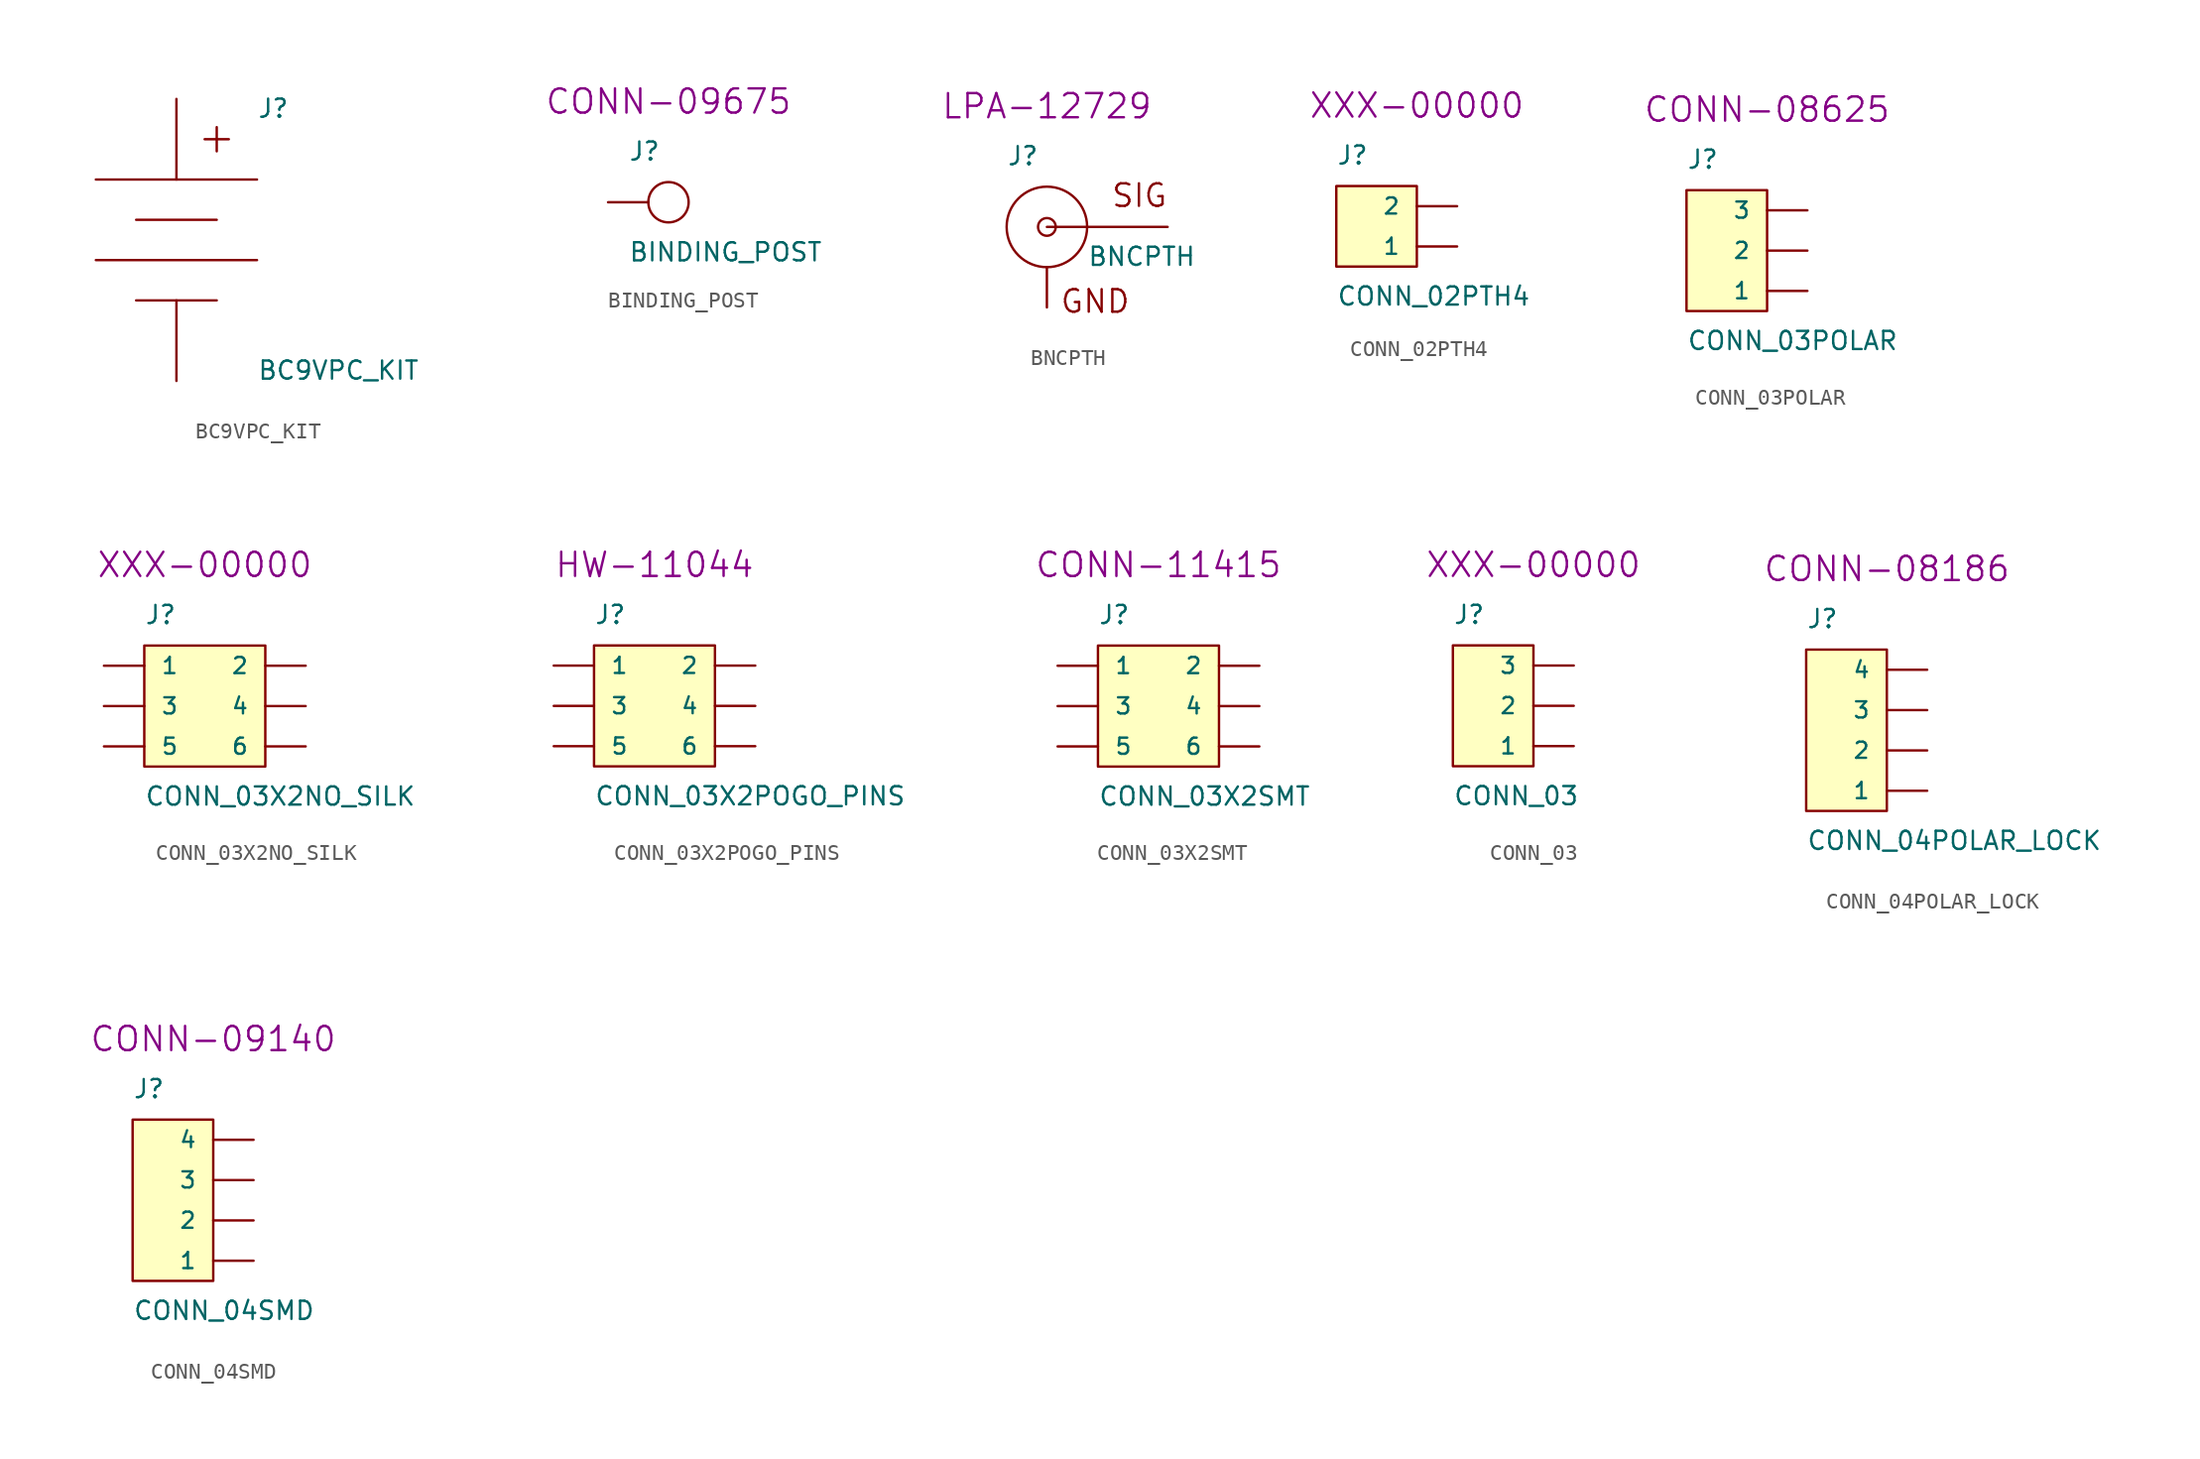
<source format=kicad_sym>
(kicad_symbol_lib
  (version 20220914)
  (generator kicad_symbol_editor)
  (symbol "BC9VPC_KIT"
    (pin_numbers hide)
    (pin_names
      (offset 1.016) hide)
    (property "Reference" "J"
      (at 5.08 6.35 0)
      (effects (font (size 1.143 1.143)) (justify left bottom)))
    (property "Value" "BC9VPC_KIT"
      (at 5.08 -10.16 0)
      (effects (font (size 1.143 1.143)) (justify left bottom)))
    (property "ki_locked" ""
      (at 0 0 0)
      (effects (font (size 1.27 1.27))))
    (symbol "BC9VPC_KIT_1_0"
      (polyline (pts (xy -5.08 -2.54) (xy 5.08 -2.54)) (stroke (width 0) (type solid)) (fill (type none)))
      (polyline (pts (xy -5.08 2.54) (xy 5.08 2.54)) (stroke (width 0) (type solid)) (fill (type none)))
      (polyline (pts (xy -2.54 -5.08) (xy 2.54 -5.08)) (stroke (width 0) (type solid)) (fill (type none)))
      (polyline (pts (xy -2.54 0) (xy 2.54 0)) (stroke (width 0) (type solid)) (fill (type none)))
      (polyline (pts (xy 1.778 5.08) (xy 3.302 5.08)) (stroke (width 0) (type solid)) (fill (type none)))
      (polyline (pts (xy 2.54 5.842) (xy 2.54 4.318)) (stroke (width 0) (type solid)) (fill (type none))))
    (symbol "BC9VPC_KIT_1_1"
      (pin bidirectional line (at 0 7.62 270) (length 5.08) (name "V+" (effects (font (size 1.016 1.016)))) (number "V+" (effects (font (size 1.016 1.016)))))
      (pin bidirectional line (at 0 -10.16 90) (length 5.08) (name "V-" (effects (font (size 1.016 1.016)))) (number "V-" (effects (font (size 1.016 1.016)))))))
  (symbol "BINDING_POST"
    (pin_numbers hide)
    (pin_names
      (offset 1.016) hide)
    (property "Reference" "J"
      (at -2.54 2.54 0)
      (effects (font (size 1.143 1.143)) (justify left bottom)))
    (property "Value" "BINDING_POST"
      (at -2.54 -3.81 0)
      (effects (font (size 1.143 1.143)) (justify left bottom)))
    (property "Field4" "CONN-09675"
      (at 0 6.35 0)
      (effects (font (size 1.524 1.524))))
    (property "ki_locked" ""
      (at 0 0 0)
      (effects (font (size 1.27 1.27))))
    (symbol "BINDING_POST_1_1"
      (circle (center 0 0) (radius 1.27) (stroke (width 0) (type solid)) (fill (type none)))
      (pin bidirectional line (at -3.81 0 0) (length 2.54) (name "P$1" (effects (font (size 1.016 1.016)))) (number "P$1" (effects (font (size 1.016 1.016)))))))
  (symbol "BNCPTH"
    (pin_numbers hide)
    (pin_names
      (offset 1.016) hide)
    (property "Reference" "J"
      (at -2.54 3.81 0)
      (effects (font (size 1.143 1.143)) (justify left bottom)))
    (property "Value" "BNCPTH"
      (at 2.54 -2.54 0)
      (effects (font (size 1.143 1.143)) (justify left bottom)))
    (property "Field4" "LPA-12729"
      (at 0 7.62 0)
      (effects (font (size 1.524 1.524))))
    (property "ki_locked" ""
      (at 0 0 0)
      (effects (font (size 1.27 1.27))))
    (symbol "BNCPTH_1_0"
      (text "GND" (at 3.048 -4.699 0) (effects (font (size 1.422 1.422))))
      (text "SIG" (at 5.842 1.981 0) (effects (font (size 1.422 1.422)))))
    (symbol "BNCPTH_1_1"
      (circle (center 0 0) (radius 0.559) (stroke (width 0) (type solid)) (fill (type none)))
      (circle (center 0 0) (radius 2.54) (stroke (width 0) (type solid)) (fill (type none)))
      (pin bidirectional line (at 0 -5.08 90) (length 2.54) (name "GND" (effects (font (size 1.016 1.016)))) (number "GND" (effects (font (size 1.016 1.016)))))
      (pin bidirectional line (at 7.62 0 180) (length 7.62) (name "OUT" (effects (font (size 1.016 1.016)))) (number "S" (effects (font (size 1.016 1.016)))))))
  (symbol "CONN_02PTH4"
    (pin_numbers hide)
    (pin_names
      (offset 1.016))
    (property "Reference" "J"
      (at -5.08 5.08 0)
      (effects (font (size 1.143 1.143)) (justify left bottom)))
    (property "Value" "CONN_02PTH4"
      (at -5.08 -3.81 0)
      (effects (font (size 1.143 1.143)) (justify left bottom)))
    (property "Field4" "XXX-00000"
      (at 0 8.89 0)
      (effects (font (size 1.524 1.524))))
    (property "ki_locked" ""
      (at 0 0 0)
      (effects (font (size 1.27 1.27))))
    (symbol "CONN_02PTH4_1_0"
      (rectangle (start 0 -1.27) (end -5.08 3.81) (stroke (width 0) (type solid)) (fill (type background))))
    (symbol "CONN_02PTH4_1_1"
      (pin passive line (at 2.54 0 180) (length 2.54) (name "1" (effects (font (size 1.016 1.016)))) (number "1" (effects (font (size 1.016 1.016)))))
      (pin passive line (at 2.54 2.54 180) (length 2.54) (name "2" (effects (font (size 1.016 1.016)))) (number "2" (effects (font (size 1.016 1.016)))))))
  (symbol "CONN_03POLAR"
    (pin_numbers hide)
    (pin_names
      (offset 1.016))
    (property "Reference" "J"
      (at -5.08 7.62 0)
      (effects (font (size 1.143 1.143)) (justify left bottom)))
    (property "Value" "CONN_03POLAR"
      (at -5.08 -3.81 0)
      (effects (font (size 1.143 1.143)) (justify left bottom)))
    (property "Field4" "CONN-08625"
      (at 0 11.43 0)
      (effects (font (size 1.524 1.524))))
    (property "ki_locked" ""
      (at 0 0 0)
      (effects (font (size 1.27 1.27))))
    (symbol "CONN_03POLAR_0_1"
      (rectangle (start 0 -1.27) (end -5.08 6.35) (stroke (width 0) (type solid)) (fill (type background))))
    (symbol "CONN_03POLAR_1_1"
      (pin passive line (at 2.54 0 180) (length 2.54) (name "1" (effects (font (size 1.016 1.016)))) (number "1" (effects (font (size 1.016 1.016)))))
      (pin passive line (at 2.54 2.54 180) (length 2.54) (name "2" (effects (font (size 1.016 1.016)))) (number "2" (effects (font (size 1.016 1.016)))))
      (pin passive line (at 2.54 5.08 180) (length 2.54) (name "3" (effects (font (size 1.016 1.016)))) (number "3" (effects (font (size 1.016 1.016)))))))
  (symbol "CONN_03X2NO_SILK"
    (pin_numbers hide)
    (pin_names
      (offset 1.016))
    (property "Reference" "J"
      (at -3.81 5.08 0)
      (effects (font (size 1.143 1.143)) (justify left bottom)))
    (property "Value" "CONN_03X2NO_SILK"
      (at -3.81 -6.35 0)
      (effects (font (size 1.143 1.143)) (justify left bottom)))
    (property "Field4" "XXX-00000"
      (at 0 8.89 0)
      (effects (font (size 1.524 1.524))))
    (property "ki_locked" ""
      (at 0 0 0)
      (effects (font (size 1.27 1.27))))
    (symbol "CONN_03X2NO_SILK_0_1"
      (rectangle (start 3.81 -3.81) (end -3.81 3.81) (stroke (width 0) (type solid)) (fill (type background))))
    (symbol "CONN_03X2NO_SILK_1_1"
      (pin bidirectional line (at -6.35 2.54 0) (length 2.54) (name "1" (effects (font (size 1.016 1.016)))) (number "1" (effects (font (size 1.016 1.016)))))
      (pin bidirectional line (at 6.35 2.54 180) (length 2.54) (name "2" (effects (font (size 1.016 1.016)))) (number "2" (effects (font (size 1.016 1.016)))))
      (pin bidirectional line (at -6.35 0 0) (length 2.54) (name "3" (effects (font (size 1.016 1.016)))) (number "3" (effects (font (size 1.016 1.016)))))
      (pin bidirectional line (at 6.35 0 180) (length 2.54) (name "4" (effects (font (size 1.016 1.016)))) (number "4" (effects (font (size 1.016 1.016)))))
      (pin bidirectional line (at -6.35 -2.54 0) (length 2.54) (name "5" (effects (font (size 1.016 1.016)))) (number "5" (effects (font (size 1.016 1.016)))))
      (pin bidirectional line (at 6.35 -2.54 180) (length 2.54) (name "6" (effects (font (size 1.016 1.016)))) (number "6" (effects (font (size 1.016 1.016)))))))
  (symbol "CONN_03X2POGO_PINS"
    (pin_numbers hide)
    (pin_names
      (offset 1.016))
    (property "Reference" "J"
      (at -3.81 5.08 0)
      (effects (font (size 1.143 1.143)) (justify left bottom)))
    (property "Value" "CONN_03X2POGO_PINS"
      (at -3.81 -6.35 0)
      (effects (font (size 1.143 1.143)) (justify left bottom)))
    (property "Field4" "HW-11044"
      (at 0 8.89 0)
      (effects (font (size 1.524 1.524))))
    (property "ki_locked" ""
      (at 0 0 0)
      (effects (font (size 1.27 1.27))))
    (symbol "CONN_03X2POGO_PINS_0_1"
      (rectangle (start 3.81 -3.81) (end -3.81 3.81) (stroke (width 0) (type solid)) (fill (type background))))
    (symbol "CONN_03X2POGO_PINS_1_1"
      (pin bidirectional line (at -6.35 2.54 0) (length 2.54) (name "1" (effects (font (size 1.016 1.016)))) (number "P$1" (effects (font (size 1.016 1.016)))))
      (pin bidirectional line (at 6.35 2.54 180) (length 2.54) (name "2" (effects (font (size 1.016 1.016)))) (number "P$2" (effects (font (size 1.016 1.016)))))
      (pin bidirectional line (at -6.35 0 0) (length 2.54) (name "3" (effects (font (size 1.016 1.016)))) (number "P$3" (effects (font (size 1.016 1.016)))))
      (pin bidirectional line (at 6.35 0 180) (length 2.54) (name "4" (effects (font (size 1.016 1.016)))) (number "P$4" (effects (font (size 1.016 1.016)))))
      (pin bidirectional line (at -6.35 -2.54 0) (length 2.54) (name "5" (effects (font (size 1.016 1.016)))) (number "P$5" (effects (font (size 1.016 1.016)))))
      (pin bidirectional line (at 6.35 -2.54 180) (length 2.54) (name "6" (effects (font (size 1.016 1.016)))) (number "P$6" (effects (font (size 1.016 1.016)))))))
  (symbol "CONN_03X2SMT"
    (pin_numbers hide)
    (pin_names
      (offset 1.016))
    (property "Reference" "J"
      (at -3.81 5.08 0)
      (effects (font (size 1.143 1.143)) (justify left bottom)))
    (property "Value" "CONN_03X2SMT"
      (at -3.81 -6.35 0)
      (effects (font (size 1.143 1.143)) (justify left bottom)))
    (property "Field4" "CONN-11415"
      (at 0 8.89 0)
      (effects (font (size 1.524 1.524))))
    (property "ki_locked" ""
      (at 0 0 0)
      (effects (font (size 1.27 1.27))))
    (symbol "CONN_03X2SMT_0_1"
      (rectangle (start 3.81 -3.81) (end -3.81 3.81) (stroke (width 0) (type solid)) (fill (type background))))
    (symbol "CONN_03X2SMT_1_1"
      (pin bidirectional line (at -6.35 2.54 0) (length 2.54) (name "1" (effects (font (size 1.016 1.016)))) (number "1" (effects (font (size 1.016 1.016)))))
      (pin bidirectional line (at 6.35 2.54 180) (length 2.54) (name "2" (effects (font (size 1.016 1.016)))) (number "2" (effects (font (size 1.016 1.016)))))
      (pin bidirectional line (at -6.35 0 0) (length 2.54) (name "3" (effects (font (size 1.016 1.016)))) (number "3" (effects (font (size 1.016 1.016)))))
      (pin bidirectional line (at 6.35 0 180) (length 2.54) (name "4" (effects (font (size 1.016 1.016)))) (number "4" (effects (font (size 1.016 1.016)))))
      (pin bidirectional line (at -6.35 -2.54 0) (length 2.54) (name "5" (effects (font (size 1.016 1.016)))) (number "5" (effects (font (size 1.016 1.016)))))
      (pin bidirectional line (at 6.35 -2.54 180) (length 2.54) (name "6" (effects (font (size 1.016 1.016)))) (number "6" (effects (font (size 1.016 1.016)))))))
  (symbol "CONN_03"
    (pin_numbers hide)
    (pin_names
      (offset 1.016))
    (property "Reference" "J"
      (at -5.08 7.62 0)
      (effects (font (size 1.143 1.143)) (justify left bottom)))
    (property "Value" "CONN_03"
      (at -5.08 -3.81 0)
      (effects (font (size 1.143 1.143)) (justify left bottom)))
    (property "Field4" "XXX-00000"
      (at 0 11.43 0)
      (effects (font (size 1.524 1.524))))
    (property "ki_locked" ""
      (at 0 0 0)
      (effects (font (size 1.27 1.27))))
    (symbol "CONN_03_0_1"
      (rectangle (start 0 -1.27) (end -5.08 6.35) (stroke (width 0) (type solid)) (fill (type background))))
    (symbol "CONN_03_1_1"
      (pin passive line (at 2.54 0 180) (length 2.54) (name "1" (effects (font (size 1.016 1.016)))) (number "1" (effects (font (size 1.016 1.016)))))
      (pin passive line (at 2.54 2.54 180) (length 2.54) (name "2" (effects (font (size 1.016 1.016)))) (number "2" (effects (font (size 1.016 1.016)))))
      (pin passive line (at 2.54 5.08 180) (length 2.54) (name "3" (effects (font (size 1.016 1.016)))) (number "3" (effects (font (size 1.016 1.016)))))))
  (symbol "CONN_04POLAR_LOCK"
    (pin_numbers hide)
    (pin_names
      (offset 1.016))
    (property "Reference" "J"
      (at -5.08 10.16 0)
      (effects (font (size 1.143 1.143)) (justify left bottom)))
    (property "Value" "CONN_04POLAR_LOCK"
      (at -5.08 -3.81 0)
      (effects (font (size 1.143 1.143)) (justify left bottom)))
    (property "Field4" "CONN-08186"
      (at 0 13.97 0)
      (effects (font (size 1.524 1.524))))
    (property "ki_locked" ""
      (at 0 0 0)
      (effects (font (size 1.27 1.27))))
    (symbol "CONN_04POLAR_LOCK_0_1"
      (rectangle (start 0 -1.27) (end -5.08 8.89) (stroke (width 0) (type solid)) (fill (type background))))
    (symbol "CONN_04POLAR_LOCK_1_1"
      (pin passive line (at 2.54 0 180) (length 2.54) (name "1" (effects (font (size 1.016 1.016)))) (number "1" (effects (font (size 1.016 1.016)))))
      (pin passive line (at 2.54 2.54 180) (length 2.54) (name "2" (effects (font (size 1.016 1.016)))) (number "2" (effects (font (size 1.016 1.016)))))
      (pin passive line (at 2.54 5.08 180) (length 2.54) (name "3" (effects (font (size 1.016 1.016)))) (number "3" (effects (font (size 1.016 1.016)))))
      (pin passive line (at 2.54 7.62 180) (length 2.54) (name "4" (effects (font (size 1.016 1.016)))) (number "4" (effects (font (size 1.016 1.016)))))))
  (symbol "CONN_04SMD"
    (pin_numbers hide)
    (pin_names
      (offset 1.016))
    (property "Reference" "J"
      (at -5.08 10.16 0)
      (effects (font (size 1.143 1.143)) (justify left bottom)))
    (property "Value" "CONN_04SMD"
      (at -5.08 -3.81 0)
      (effects (font (size 1.143 1.143)) (justify left bottom)))
    (property "Field4" "CONN-09140"
      (at 0 13.97 0)
      (effects (font (size 1.524 1.524))))
    (property "ki_locked" ""
      (at 0 0 0)
      (effects (font (size 1.27 1.27))))
    (symbol "CONN_04SMD_0_1"
      (rectangle (start 0 -1.27) (end -5.08 8.89) (stroke (width 0) (type solid)) (fill (type background))))
    (symbol "CONN_04SMD_1_1"
      (pin passive line (at 2.54 0 180) (length 2.54) (name "1" (effects (font (size 1.016 1.016)))) (number "1" (effects (font (size 1.016 1.016)))))
      (pin passive line (at 2.54 2.54 180) (length 2.54) (name "2" (effects (font (size 1.016 1.016)))) (number "2" (effects (font (size 1.016 1.016)))))
      (pin passive line (at 2.54 5.08 180) (length 2.54) (name "3" (effects (font (size 1.016 1.016)))) (number "3" (effects (font (size 1.016 1.016)))))
      (pin passive line (at 2.54 7.62 180) (length 2.54) (name "4" (effects (font (size 1.016 1.016)))) (number "4" (effects (font (size 1.016 1.016))))))))
</source>
